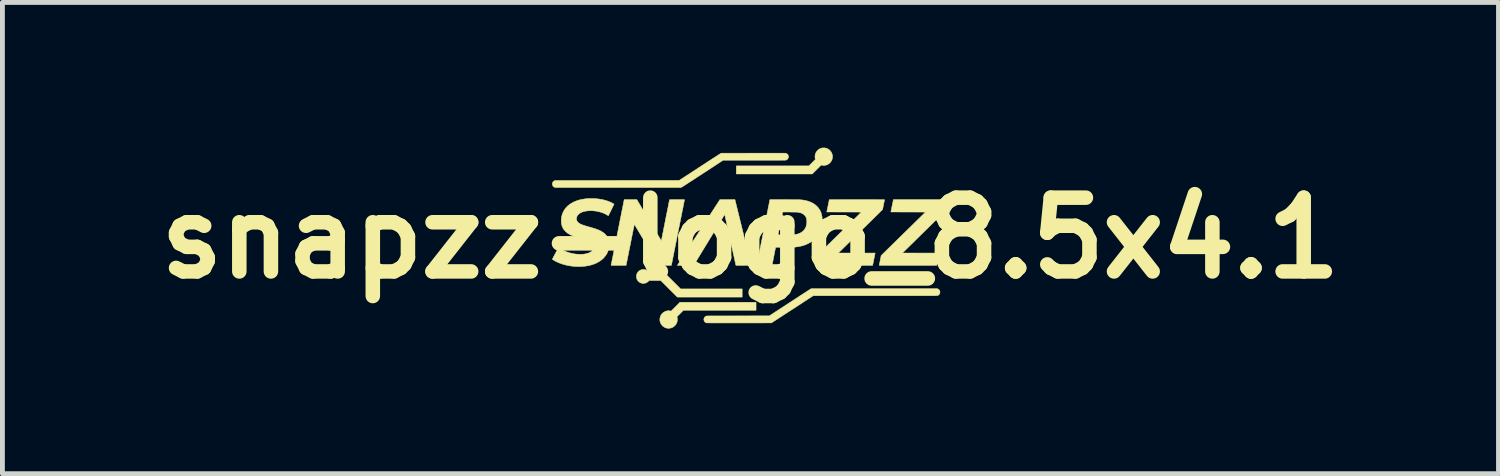
<source format=kicad_pcb>
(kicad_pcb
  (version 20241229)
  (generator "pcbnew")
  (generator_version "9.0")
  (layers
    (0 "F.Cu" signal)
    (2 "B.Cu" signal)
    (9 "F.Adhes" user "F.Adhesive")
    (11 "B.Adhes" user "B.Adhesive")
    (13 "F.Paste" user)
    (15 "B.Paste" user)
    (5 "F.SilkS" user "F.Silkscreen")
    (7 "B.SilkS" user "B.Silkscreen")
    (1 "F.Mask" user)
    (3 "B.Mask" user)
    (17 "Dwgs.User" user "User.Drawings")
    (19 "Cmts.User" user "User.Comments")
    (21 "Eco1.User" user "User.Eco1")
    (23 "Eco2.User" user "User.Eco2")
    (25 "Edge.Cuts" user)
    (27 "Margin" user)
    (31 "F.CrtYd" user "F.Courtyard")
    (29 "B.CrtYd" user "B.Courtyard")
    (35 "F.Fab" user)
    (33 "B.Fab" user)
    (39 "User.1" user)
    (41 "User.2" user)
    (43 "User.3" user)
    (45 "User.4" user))
  (footprint "snapzz-logo_8.5x4.1"
    (layer "F.Cu")
    (at 12.453 1.868)
    (property "Reference" "snapzz-logo_8.5x4.1" (at 0 0 0) (layer "F.SilkS") (effects (font (size 1.524 1.524) (thickness 0.3))))
    (attr through_hole)
    (fp_poly (pts (xy -2.198 0.65) (xy -2.177 0.653) (xy -2.159 0.659) (xy -2.146 0.665) (xy -2.133 0.673) (xy -2.121 0.682) (xy -2.11 0.692) (xy -2.101 0.702) (xy -2.099 0.703) (xy -2.095 0.71) (xy -1.784 0.71) (xy -1.613 0.88) (xy -1.442 1.051) (xy -0.171 1.051) (xy -0.171 1.219) (xy -1.51 1.219) (xy -1.682 1.048) (xy -1.853 0.876) (xy -2.095 0.876) (xy -2.102 0.886) (xy -2.115 0.9) (xy -2.13 0.911) (xy -2.147 0.921) (xy -2.166 0.929) (xy -2.185 0.934) (xy -2.205 0.936) (xy -2.212 0.937) (xy -2.233 0.935) (xy -2.253 0.931) (xy -2.272 0.924) (xy -2.29 0.914) (xy -2.305 0.902) (xy -2.32 0.889) (xy -2.332 0.873) (xy -2.342 0.856) (xy -2.349 0.837) (xy -2.354 0.817) (xy -2.355 0.801) (xy -2.355 0.779) (xy -2.352 0.758) (xy -2.345 0.738) (xy -2.336 0.719) (xy -2.324 0.703) (xy -2.31 0.688) (xy -2.294 0.675) (xy -2.277 0.664) (xy -2.258 0.657) (xy -2.239 0.651) (xy -2.218 0.649) (xy -2.198 0.65)) (stroke (width 0.01) (type solid)) (fill yes) (layer "F.SilkS"))
    (fp_poly (pts (xy 0.116 1.492) (xy -1.385 1.492) (xy -1.452 1.559) (xy -1.518 1.625) (xy -1.514 1.641) (xy -1.513 1.647) (xy -1.512 1.653) (xy -1.511 1.659) (xy -1.511 1.666) (xy -1.511 1.675) (xy -1.511 1.684) (xy -1.511 1.695) (xy -1.511 1.703) (xy -1.511 1.709) (xy -1.512 1.715) (xy -1.513 1.72) (xy -1.514 1.725) (xy -1.515 1.728) (xy -1.522 1.749) (xy -1.531 1.769) (xy -1.542 1.786) (xy -1.555 1.803) (xy -1.563 1.811) (xy -1.582 1.827) (xy -1.601 1.841) (xy -1.622 1.851) (xy -1.644 1.858) (xy -1.659 1.861) (xy -1.667 1.862) (xy -1.677 1.863) (xy -1.688 1.863) (xy -1.7 1.863) (xy -1.71 1.863) (xy -1.718 1.862) (xy -1.72 1.862) (xy -1.743 1.857) (xy -1.764 1.849) (xy -1.784 1.838) (xy -1.803 1.825) (xy -1.819 1.811) (xy -1.833 1.794) (xy -1.846 1.776) (xy -1.856 1.757) (xy -1.863 1.736) (xy -1.869 1.715) (xy -1.871 1.693) (xy -1.871 1.67) (xy -1.868 1.647) (xy -1.862 1.625) (xy -1.853 1.603) (xy -1.842 1.583) (xy -1.828 1.565) (xy -1.811 1.548) (xy -1.793 1.534) (xy -1.773 1.522) (xy -1.752 1.513) (xy -1.729 1.506) (xy -1.714 1.503) (xy -1.704 1.502) (xy -1.691 1.502) (xy -1.678 1.503) (xy -1.665 1.504) (xy -1.654 1.506) (xy -1.651 1.506) (xy -1.639 1.509) (xy -1.455 1.326) (xy 0.116 1.326) (xy 0.116 1.492)) (stroke (width 0.01) (type solid)) (fill yes) (layer "F.SilkS"))
    (fp_poly (pts (xy 1.524 -1.862) (xy 1.535 -1.862) (xy 1.544 -1.861) (xy 1.545 -1.861) (xy 1.568 -1.855) (xy 1.589 -1.847) (xy 1.609 -1.836) (xy 1.628 -1.823) (xy 1.644 -1.808) (xy 1.658 -1.791) (xy 1.671 -1.773) (xy 1.68 -1.753) (xy 1.688 -1.733) (xy 1.693 -1.711) (xy 1.695 -1.689) (xy 1.695 -1.666) (xy 1.691 -1.643) (xy 1.688 -1.63) (xy 1.68 -1.61) (xy 1.67 -1.59) (xy 1.657 -1.571) (xy 1.642 -1.554) (xy 1.625 -1.539) (xy 1.607 -1.526) (xy 1.597 -1.521) (xy 1.575 -1.511) (xy 1.553 -1.505) (xy 1.53 -1.501) (xy 1.507 -1.501) (xy 1.484 -1.503) (xy 1.471 -1.506) (xy 1.462 -1.508) (xy 1.369 -1.416) (xy 1.277 -1.324) (xy -0.292 -1.324) (xy -0.292 -1.491) (xy 1.207 -1.491) (xy 1.275 -1.558) (xy 1.342 -1.625) (xy 1.338 -1.639) (xy 1.337 -1.645) (xy 1.336 -1.65) (xy 1.335 -1.655) (xy 1.335 -1.661) (xy 1.334 -1.669) (xy 1.334 -1.679) (xy 1.334 -1.683) (xy 1.334 -1.694) (xy 1.335 -1.702) (xy 1.335 -1.708) (xy 1.336 -1.714) (xy 1.337 -1.719) (xy 1.338 -1.725) (xy 1.339 -1.728) (xy 1.346 -1.75) (xy 1.357 -1.771) (xy 1.37 -1.791) (xy 1.385 -1.809) (xy 1.402 -1.824) (xy 1.421 -1.838) (xy 1.432 -1.843) (xy 1.443 -1.849) (xy 1.457 -1.854) (xy 1.471 -1.858) (xy 1.483 -1.861) (xy 1.491 -1.862) (xy 1.501 -1.862) (xy 1.513 -1.863) (xy 1.524 -1.862)) (stroke (width 0.01) (type solid)) (fill yes) (layer "F.SilkS"))
    (fp_poly (pts (xy 4.094 -0.789) (xy 4.093 -0.787) (xy 4.092 -0.782) (xy 4.091 -0.774) (xy 4.089 -0.764) (xy 4.086 -0.752) (xy 4.084 -0.739) (xy 4.081 -0.724) (xy 4.077 -0.707) (xy 4.074 -0.69) (xy 4.073 -0.687) (xy 4.054 -0.59) (xy 3.597 -0.14) (xy 3.14 0.309) (xy 3.901 0.31) (xy 3.9 0.313) (xy 3.899 0.315) (xy 3.898 0.32) (xy 3.897 0.328) (xy 3.895 0.338) (xy 3.892 0.35) (xy 3.889 0.364) (xy 3.886 0.379) (xy 3.883 0.396) (xy 3.879 0.414) (xy 3.875 0.433) (xy 3.874 0.437) (xy 3.87 0.457) (xy 3.867 0.475) (xy 3.863 0.492) (xy 3.86 0.508) (xy 3.857 0.522) (xy 3.854 0.535) (xy 3.852 0.545) (xy 3.851 0.553) (xy 3.849 0.559) (xy 3.849 0.561) (xy 3.849 0.562) (xy 3.848 0.565) (xy 3.203 0.565) (xy 3.154 0.565) (xy 3.108 0.565) (xy 3.066 0.565) (xy 3.026 0.565) (xy 2.989 0.565) (xy 2.954 0.565) (xy 2.922 0.565) (xy 2.892 0.565) (xy 2.865 0.565) (xy 2.84 0.565) (xy 2.817 0.565) (xy 2.796 0.565) (xy 2.777 0.565) (xy 2.76 0.565) (xy 2.744 0.565) (xy 2.731 0.565) (xy 2.719 0.565) (xy 2.708 0.564) (xy 2.699 0.564) (xy 2.691 0.564) (xy 2.684 0.564) (xy 2.678 0.564) (xy 2.673 0.564) (xy 2.67 0.564) (xy 2.667 0.564) (xy 2.664 0.563) (xy 2.663 0.563) (xy 2.662 0.563) (xy 2.661 0.563) (xy 2.661 0.563) (xy 2.661 0.562) (xy 2.661 0.56) (xy 2.662 0.556) (xy 2.663 0.548) (xy 2.665 0.538) (xy 2.668 0.527) (xy 2.67 0.513) (xy 2.673 0.498) (xy 2.677 0.482) (xy 2.68 0.465) (xy 2.681 0.46) (xy 2.701 0.361) (xy 3.159 -0.088) (xy 3.617 -0.537) (xy 3.259 -0.538) (xy 2.901 -0.539) (xy 2.925 -0.658) (xy 2.929 -0.677) (xy 2.933 -0.696) (xy 2.936 -0.713) (xy 2.94 -0.729) (xy 2.943 -0.744) (xy 2.945 -0.757) (xy 2.948 -0.768) (xy 2.949 -0.776) (xy 2.951 -0.782) (xy 2.951 -0.785) (xy 2.951 -0.785) (xy 2.953 -0.794) (xy 4.095 -0.794) (xy 4.094 -0.789)) (stroke (width 0.01) (type solid)) (fill yes) (layer "F.SilkS"))
    (fp_poly (pts (xy -0.153 -0.116) (xy -0.142 -0.071) (xy -0.131 -0.026) (xy -0.12 0.018) (xy -0.11 0.061) (xy -0.099 0.103) (xy -0.089 0.143) (xy -0.08 0.183) (xy -0.07 0.221) (xy -0.061 0.257) (xy -0.053 0.293) (xy -0.045 0.326) (xy -0.037 0.357) (xy -0.03 0.387) (xy -0.023 0.415) (xy -0.016 0.441) (xy -0.011 0.464) (xy -0.005 0.485) (xy -0.001 0.504) (xy 0.003 0.521) (xy 0.007 0.535) (xy 0.01 0.546) (xy 0.012 0.555) (xy 0.013 0.56) (xy 0.014 0.563) (xy 0.014 0.563) (xy 0.013 0.564) (xy 0.012 0.564) (xy 0.009 0.564) (xy 0.004 0.564) (xy -0.002 0.564) (xy -0.01 0.565) (xy -0.021 0.565) (xy -0.033 0.565) (xy -0.048 0.565) (xy -0.065 0.565) (xy -0.085 0.565) (xy -0.108 0.565) (xy -0.133 0.565) (xy -0.143 0.565) (xy -0.3 0.564) (xy -0.416 0.038) (xy -0.425 -0.002) (xy -0.433 -0.041) (xy -0.442 -0.08) (xy -0.45 -0.117) (xy -0.458 -0.153) (xy -0.466 -0.188) (xy -0.473 -0.222) (xy -0.48 -0.254) (xy -0.487 -0.285) (xy -0.493 -0.314) (xy -0.499 -0.341) (xy -0.505 -0.366) (xy -0.51 -0.389) (xy -0.514 -0.41) (xy -0.519 -0.429) (xy -0.522 -0.445) (xy -0.525 -0.459) (xy -0.528 -0.47) (xy -0.53 -0.479) (xy -0.531 -0.484) (xy -0.532 -0.487) (xy -0.532 -0.487) (xy -0.533 -0.486) (xy -0.535 -0.482) (xy -0.539 -0.476) (xy -0.545 -0.467) (xy -0.552 -0.455) (xy -0.56 -0.442) (xy -0.569 -0.426) (xy -0.58 -0.408) (xy -0.592 -0.389) (xy -0.606 -0.367) (xy -0.62 -0.344) (xy -0.635 -0.319) (xy -0.651 -0.292) (xy -0.669 -0.264) (xy -0.687 -0.234) (xy -0.706 -0.203) (xy -0.725 -0.171) (xy -0.746 -0.138) (xy -0.767 -0.103) (xy -0.788 -0.068) (xy -0.81 -0.032) (xy -0.833 0.005) (xy -0.853 0.039) (xy -1.174 0.565) (xy -1.51 0.565) (xy -1.507 0.561) (xy -1.506 0.559) (xy -1.503 0.555) (xy -1.499 0.548) (xy -1.493 0.539) (xy -1.486 0.527) (xy -1.477 0.514) (xy -1.466 0.498) (xy -1.455 0.48) (xy -1.442 0.46) (xy -1.428 0.438) (xy -1.412 0.414) (xy -1.396 0.388) (xy -1.378 0.361) (xy -1.359 0.332) (xy -1.339 0.301) (xy -1.319 0.269) (xy -1.297 0.236) (xy -1.275 0.201) (xy -1.251 0.165) (xy -1.227 0.128) (xy -1.203 0.09) (xy -1.178 0.051) (xy -1.152 0.011) (xy -1.125 -0.03) (xy -1.098 -0.071) (xy -1.071 -0.114) (xy -1.068 -0.119) (xy -0.631 -0.794) (xy -0.32 -0.794) (xy -0.153 -0.116)) (stroke (width 0.01) (type solid)) (fill yes) (layer "F.SilkS"))
    (fp_poly (pts (xy 2.252 -0.794) (xy 2.301 -0.794) (xy 2.347 -0.794) (xy 2.39 -0.794) (xy 2.431 -0.794) (xy 2.469 -0.794) (xy 2.504 -0.794) (xy 2.536 -0.794) (xy 2.566 -0.794) (xy 2.593 -0.794) (xy 2.618 -0.793) (xy 2.641 -0.793) (xy 2.662 -0.793) (xy 2.681 -0.793) (xy 2.697 -0.793) (xy 2.712 -0.793) (xy 2.725 -0.793) (xy 2.736 -0.793) (xy 2.745 -0.793) (xy 2.753 -0.793) (xy 2.759 -0.792) (xy 2.764 -0.792) (xy 2.767 -0.792) (xy 2.769 -0.792) (xy 2.77 -0.792) (xy 2.77 -0.792) (xy 2.77 -0.79) (xy 2.769 -0.785) (xy 2.767 -0.778) (xy 2.766 -0.768) (xy 2.763 -0.757) (xy 2.761 -0.743) (xy 2.758 -0.728) (xy 2.754 -0.712) (xy 2.751 -0.695) (xy 2.75 -0.69) (xy 2.73 -0.59) (xy 2.273 -0.14) (xy 1.816 0.309) (xy 2.577 0.31) (xy 2.576 0.313) (xy 2.575 0.315) (xy 2.574 0.32) (xy 2.573 0.328) (xy 2.571 0.338) (xy 2.568 0.35) (xy 2.565 0.364) (xy 2.562 0.379) (xy 2.559 0.396) (xy 2.555 0.414) (xy 2.551 0.433) (xy 2.55 0.437) (xy 2.546 0.457) (xy 2.543 0.475) (xy 2.539 0.492) (xy 2.536 0.508) (xy 2.533 0.522) (xy 2.53 0.535) (xy 2.528 0.545) (xy 2.527 0.553) (xy 2.526 0.559) (xy 2.525 0.561) (xy 2.525 0.562) (xy 2.524 0.565) (xy 1.879 0.565) (xy 1.83 0.565) (xy 1.784 0.565) (xy 1.742 0.565) (xy 1.702 0.565) (xy 1.665 0.565) (xy 1.63 0.565) (xy 1.598 0.565) (xy 1.568 0.565) (xy 1.541 0.565) (xy 1.516 0.565) (xy 1.493 0.565) (xy 1.472 0.565) (xy 1.453 0.565) (xy 1.436 0.565) (xy 1.42 0.565) (xy 1.407 0.565) (xy 1.395 0.565) (xy 1.384 0.564) (xy 1.375 0.564) (xy 1.367 0.564) (xy 1.36 0.564) (xy 1.354 0.564) (xy 1.349 0.564) (xy 1.346 0.564) (xy 1.343 0.564) (xy 1.34 0.563) (xy 1.339 0.563) (xy 1.338 0.563) (xy 1.337 0.563) (xy 1.337 0.563) (xy 1.337 0.562) (xy 1.337 0.56) (xy 1.338 0.556) (xy 1.339 0.548) (xy 1.341 0.538) (xy 1.344 0.527) (xy 1.346 0.513) (xy 1.349 0.498) (xy 1.353 0.482) (xy 1.356 0.465) (xy 1.357 0.46) (xy 1.377 0.361) (xy 2.293 -0.537) (xy 1.935 -0.538) (xy 1.577 -0.539) (xy 1.603 -0.665) (xy 1.607 -0.685) (xy 1.611 -0.703) (xy 1.614 -0.721) (xy 1.617 -0.737) (xy 1.62 -0.752) (xy 1.623 -0.764) (xy 1.625 -0.775) (xy 1.627 -0.783) (xy 1.628 -0.789) (xy 1.629 -0.792) (xy 1.629 -0.793) (xy 1.63 -0.793) (xy 1.635 -0.793) (xy 1.643 -0.793) (xy 1.653 -0.793) (xy 1.666 -0.793) (xy 1.682 -0.793) (xy 1.7 -0.793) (xy 1.721 -0.793) (xy 1.744 -0.793) (xy 1.769 -0.793) (xy 1.796 -0.793) (xy 1.825 -0.793) (xy 1.856 -0.794) (xy 1.889 -0.794) (xy 1.923 -0.794) (xy 1.959 -0.794) (xy 1.996 -0.794) (xy 2.034 -0.794) (xy 2.074 -0.794) (xy 2.114 -0.794) (xy 2.156 -0.794) (xy 2.198 -0.794) (xy 2.199 -0.794) (xy 2.252 -0.794)) (stroke (width 0.01) (type solid)) (fill yes) (layer "F.SilkS"))
    (fp_poly (pts (xy 0.367 -1.754) (xy 0.409 -1.754) (xy 0.448 -1.754) (xy 0.484 -1.754) (xy 0.517 -1.754) (xy 0.547 -1.754) (xy 0.575 -1.754) (xy 0.6 -1.754) (xy 0.623 -1.754) (xy 0.644 -1.754) (xy 0.662 -1.753) (xy 0.677 -1.753) (xy 0.69 -1.753) (xy 0.701 -1.753) (xy 0.71 -1.753) (xy 0.717 -1.753) (xy 0.721 -1.753) (xy 0.724 -1.753) (xy 0.724 -1.753) (xy 0.737 -1.749) (xy 0.75 -1.743) (xy 0.761 -1.735) (xy 0.771 -1.725) (xy 0.776 -1.718) (xy 0.781 -1.706) (xy 0.785 -1.692) (xy 0.786 -1.678) (xy 0.784 -1.664) (xy 0.784 -1.664) (xy 0.779 -1.65) (xy 0.772 -1.638) (xy 0.762 -1.627) (xy 0.751 -1.618) (xy 0.738 -1.612) (xy 0.735 -1.611) (xy 0.734 -1.611) (xy 0.733 -1.611) (xy 0.732 -1.61) (xy 0.73 -1.61) (xy 0.728 -1.61) (xy 0.726 -1.61) (xy 0.723 -1.61) (xy 0.719 -1.61) (xy 0.715 -1.609) (xy 0.709 -1.609) (xy 0.703 -1.609) (xy 0.696 -1.609) (xy 0.687 -1.609) (xy 0.677 -1.609) (xy 0.666 -1.609) (xy 0.654 -1.609) (xy 0.64 -1.609) (xy 0.624 -1.608) (xy 0.607 -1.608) (xy 0.588 -1.608) (xy 0.567 -1.608) (xy 0.544 -1.608) (xy 0.519 -1.608) (xy 0.491 -1.608) (xy 0.462 -1.608) (xy 0.43 -1.608) (xy 0.396 -1.608) (xy 0.359 -1.608) (xy 0.32 -1.608) (xy 0.278 -1.608) (xy 0.233 -1.608) (xy 0.185 -1.608) (xy 0.134 -1.608) (xy 0.081 -1.608) (xy -0.564 -1.608) (xy -0.99 -1.33) (xy -1.036 -1.3) (xy -1.078 -1.273) (xy -1.119 -1.246) (xy -1.156 -1.222) (xy -1.191 -1.199) (xy -1.224 -1.178) (xy -1.254 -1.158) (xy -1.281 -1.141) (xy -1.306 -1.124) (xy -1.329 -1.11) (xy -1.349 -1.097) (xy -1.367 -1.085) (xy -1.383 -1.075) (xy -1.396 -1.067) (xy -1.407 -1.06) (xy -1.415 -1.055) (xy -1.421 -1.051) (xy -1.425 -1.049) (xy -1.427 -1.048) (xy -1.437 -1.044) (xy -2.73 -1.044) (xy -2.794 -1.044) (xy -2.857 -1.044) (xy -2.919 -1.044) (xy -2.981 -1.044) (xy -3.041 -1.044) (xy -3.101 -1.044) (xy -3.159 -1.044) (xy -3.216 -1.044) (xy -3.272 -1.044) (xy -3.326 -1.044) (xy -3.379 -1.044) (xy -3.431 -1.044) (xy -3.481 -1.044) (xy -3.529 -1.044) (xy -3.576 -1.044) (xy -3.62 -1.044) (xy -3.663 -1.044) (xy -3.704 -1.044) (xy -3.743 -1.044) (xy -3.779 -1.044) (xy -3.814 -1.044) (xy -3.846 -1.044) (xy -3.876 -1.044) (xy -3.904 -1.044) (xy -3.929 -1.044) (xy -3.951 -1.044) (xy -3.971 -1.044) (xy -3.988 -1.044) (xy -4.002 -1.044) (xy -4.013 -1.044) (xy -4.022 -1.044) (xy -4.027 -1.045) (xy -4.03 -1.045) (xy -4.03 -1.045) (xy -4.044 -1.048) (xy -4.057 -1.054) (xy -4.068 -1.062) (xy -4.077 -1.072) (xy -4.084 -1.083) (xy -4.089 -1.096) (xy -4.092 -1.109) (xy -4.093 -1.122) (xy -4.09 -1.135) (xy -4.086 -1.148) (xy -4.078 -1.16) (xy -4.074 -1.165) (xy -4.066 -1.173) (xy -4.056 -1.18) (xy -4.045 -1.185) (xy -4.044 -1.186) (xy -4.033 -1.19) (xy -1.471 -1.191) (xy -1.046 -1.468) (xy -1 -1.498) (xy -0.956 -1.527) (xy -0.915 -1.553) (xy -0.877 -1.579) (xy -0.841 -1.602) (xy -0.807 -1.624) (xy -0.777 -1.644) (xy -0.748 -1.662) (xy -0.723 -1.678) (xy -0.7 -1.693) (xy -0.68 -1.706) (xy -0.662 -1.718) (xy -0.647 -1.727) (xy -0.634 -1.735) (xy -0.625 -1.741) (xy -0.617 -1.746) (xy -0.613 -1.748) (xy -0.611 -1.749) (xy -0.601 -1.753) (xy 0.056 -1.754) (xy 0.116 -1.754) (xy 0.172 -1.754) (xy 0.225 -1.754) (xy 0.276 -1.754) (xy 0.323 -1.754) (xy 0.367 -1.754)) (stroke (width 0.01) (type solid)) (fill yes) (layer "F.SilkS"))
    (fp_poly (pts (xy 3.294 1.045) (xy 3.338 1.045) (xy 3.38 1.045) (xy 3.42 1.045) (xy 3.457 1.045) (xy 3.493 1.045) (xy 3.526 1.045) (xy 3.557 1.045) (xy 3.586 1.045) (xy 3.614 1.045) (xy 3.639 1.045) (xy 3.663 1.045) (xy 3.685 1.045) (xy 3.705 1.045) (xy 3.724 1.045) (xy 3.741 1.045) (xy 3.757 1.045) (xy 3.771 1.045) (xy 3.784 1.045) (xy 3.796 1.046) (xy 3.806 1.046) (xy 3.815 1.046) (xy 3.824 1.046) (xy 3.831 1.046) (xy 3.837 1.046) (xy 3.842 1.046) (xy 3.847 1.046) (xy 3.851 1.046) (xy 3.854 1.046) (xy 3.856 1.047) (xy 3.858 1.047) (xy 3.859 1.047) (xy 3.86 1.047) (xy 3.86 1.047) (xy 3.871 1.05) (xy 3.88 1.055) (xy 3.889 1.061) (xy 3.893 1.065) (xy 3.903 1.076) (xy 3.91 1.089) (xy 3.914 1.101) (xy 3.916 1.115) (xy 3.915 1.128) (xy 3.912 1.141) (xy 3.907 1.153) (xy 3.899 1.164) (xy 3.89 1.174) (xy 3.878 1.182) (xy 3.864 1.187) (xy 3.864 1.188) (xy 3.863 1.188) (xy 3.862 1.188) (xy 3.861 1.188) (xy 3.86 1.188) (xy 3.859 1.188) (xy 3.857 1.189) (xy 3.854 1.189) (xy 3.852 1.189) (xy 3.848 1.189) (xy 3.844 1.189) (xy 3.84 1.189) (xy 3.834 1.189) (xy 3.828 1.189) (xy 3.821 1.19) (xy 3.812 1.19) (xy 3.803 1.19) (xy 3.793 1.19) (xy 3.782 1.19) (xy 3.769 1.19) (xy 3.755 1.19) (xy 3.74 1.19) (xy 3.723 1.19) (xy 3.705 1.19) (xy 3.685 1.19) (xy 3.664 1.19) (xy 3.641 1.19) (xy 3.616 1.19) (xy 3.59 1.19) (xy 3.561 1.19) (xy 3.531 1.19) (xy 3.499 1.19) (xy 3.464 1.191) (xy 3.428 1.191) (xy 3.389 1.191) (xy 3.348 1.191) (xy 3.305 1.191) (xy 3.259 1.191) (xy 3.211 1.191) (xy 3.16 1.191) (xy 3.107 1.191) (xy 3.051 1.191) (xy 2.992 1.191) (xy 2.931 1.191) (xy 2.867 1.191) (xy 2.8 1.191) (xy 2.73 1.191) (xy 1.297 1.191) (xy 0.872 1.468) (xy 0.838 1.49) (xy 0.805 1.511) (xy 0.773 1.532) (xy 0.742 1.553) (xy 0.711 1.572) (xy 0.682 1.591) (xy 0.654 1.61) (xy 0.627 1.627) (xy 0.601 1.644) (xy 0.577 1.66) (xy 0.555 1.674) (xy 0.534 1.688) (xy 0.515 1.7) (xy 0.497 1.711) (xy 0.482 1.721) (xy 0.469 1.73) (xy 0.458 1.737) (xy 0.449 1.742) (xy 0.443 1.746) (xy 0.439 1.749) (xy 0.437 1.749) (xy 0.428 1.753) (xy -0.237 1.754) (xy -0.292 1.754) (xy -0.344 1.754) (xy -0.392 1.754) (xy -0.438 1.754) (xy -0.481 1.754) (xy -0.521 1.754) (xy -0.559 1.754) (xy -0.594 1.754) (xy -0.627 1.754) (xy -0.657 1.754) (xy -0.685 1.754) (xy -0.711 1.754) (xy -0.735 1.754) (xy -0.756 1.754) (xy -0.776 1.754) (xy -0.794 1.754) (xy -0.81 1.754) (xy -0.825 1.754) (xy -0.838 1.753) (xy -0.85 1.753) (xy -0.86 1.753) (xy -0.869 1.753) (xy -0.877 1.753) (xy -0.884 1.753) (xy -0.89 1.753) (xy -0.894 1.753) (xy -0.899 1.753) (xy -0.902 1.752) (xy -0.904 1.752) (xy -0.907 1.752) (xy -0.908 1.752) (xy -0.91 1.752) (xy -0.911 1.751) (xy -0.911 1.751) (xy -0.912 1.751) (xy -0.925 1.745) (xy -0.937 1.737) (xy -0.947 1.727) (xy -0.954 1.715) (xy -0.959 1.702) (xy -0.962 1.688) (xy -0.962 1.673) (xy -0.959 1.66) (xy -0.953 1.646) (xy -0.945 1.634) (xy -0.934 1.624) (xy -0.921 1.616) (xy -0.914 1.613) (xy -0.904 1.609) (xy -0.256 1.608) (xy 0.391 1.607) (xy 0.815 1.33) (xy 0.861 1.301) (xy 0.904 1.273) (xy 0.945 1.246) (xy 0.983 1.221) (xy 1.018 1.198) (xy 1.051 1.176) (xy 1.082 1.157) (xy 1.11 1.138) (xy 1.136 1.122) (xy 1.159 1.107) (xy 1.179 1.094) (xy 1.197 1.082) (xy 1.212 1.072) (xy 1.225 1.064) (xy 1.235 1.058) (xy 1.242 1.053) (xy 1.247 1.051) (xy 1.249 1.049) (xy 1.26 1.045) (xy 2.555 1.045) (xy 2.633 1.045) (xy 2.707 1.045) (xy 2.778 1.045) (xy 2.847 1.045) (xy 2.912 1.045) (xy 2.975 1.045) (xy 3.035 1.045) (xy 3.092 1.045) (xy 3.146 1.045) (xy 3.198 1.045) (xy 3.247 1.045) (xy 3.294 1.045)) (stroke (width 0.01) (type solid)) (fill yes) (layer "F.SilkS"))
    (fp_poly (pts (xy -1.491 -0.794) (xy -1.468 -0.794) (xy -1.449 -0.794) (xy -1.431 -0.794) (xy -1.417 -0.794) (xy -1.404 -0.794) (xy -1.394 -0.793) (xy -1.385 -0.793) (xy -1.378 -0.793) (xy -1.373 -0.793) (xy -1.369 -0.793) (xy -1.366 -0.793) (xy -1.364 -0.792) (xy -1.363 -0.792) (xy -1.362 -0.791) (xy -1.362 -0.791) (xy -1.362 -0.791) (xy -1.362 -0.789) (xy -1.363 -0.785) (xy -1.365 -0.777) (xy -1.367 -0.766) (xy -1.37 -0.753) (xy -1.373 -0.737) (xy -1.376 -0.719) (xy -1.38 -0.698) (xy -1.385 -0.675) (xy -1.39 -0.65) (xy -1.395 -0.623) (xy -1.401 -0.594) (xy -1.408 -0.562) (xy -1.414 -0.529) (xy -1.421 -0.494) (xy -1.428 -0.458) (xy -1.436 -0.42) (xy -1.444 -0.381) (xy -1.452 -0.34) (xy -1.46 -0.299) (xy -1.469 -0.256) (xy -1.478 -0.212) (xy -1.487 -0.167) (xy -1.496 -0.121) (xy -1.498 -0.112) (xy -1.633 0.564) (xy -1.762 0.565) (xy -1.892 0.565) (xy -2.145 0.14) (xy -2.165 0.107) (xy -2.184 0.073) (xy -2.204 0.041) (xy -2.222 0.01) (xy -2.241 -0.021) (xy -2.258 -0.05) (xy -2.275 -0.078) (xy -2.291 -0.105) (xy -2.306 -0.13) (xy -2.32 -0.154) (xy -2.333 -0.176) (xy -2.345 -0.196) (xy -2.356 -0.214) (xy -2.366 -0.231) (xy -2.375 -0.245) (xy -2.382 -0.258) (xy -2.388 -0.268) (xy -2.393 -0.276) (xy -2.396 -0.281) (xy -2.398 -0.283) (xy -2.398 -0.284) (xy -2.398 -0.282) (xy -2.399 -0.278) (xy -2.401 -0.27) (xy -2.403 -0.26) (xy -2.405 -0.248) (xy -2.408 -0.233) (xy -2.412 -0.216) (xy -2.416 -0.197) (xy -2.42 -0.176) (xy -2.425 -0.153) (xy -2.429 -0.129) (xy -2.435 -0.103) (xy -2.44 -0.077) (xy -2.446 -0.049) (xy -2.452 -0.02) (xy -2.458 0.01) (xy -2.464 0.041) (xy -2.47 0.071) (xy -2.476 0.103) (xy -2.482 0.134) (xy -2.489 0.166) (xy -2.495 0.197) (xy -2.501 0.228) (xy -2.508 0.259) (xy -2.514 0.289) (xy -2.519 0.318) (xy -2.525 0.346) (xy -2.531 0.374) (xy -2.536 0.4) (xy -2.541 0.425) (xy -2.545 0.448) (xy -2.55 0.469) (xy -2.554 0.489) (xy -2.557 0.507) (xy -2.56 0.523) (xy -2.563 0.536) (xy -2.565 0.547) (xy -2.567 0.555) (xy -2.568 0.561) (xy -2.569 0.564) (xy -2.569 0.564) (xy -2.57 0.564) (xy -2.575 0.564) (xy -2.582 0.564) (xy -2.592 0.565) (xy -2.604 0.565) (xy -2.618 0.565) (xy -2.634 0.565) (xy -2.652 0.565) (xy -2.671 0.565) (xy -2.692 0.565) (xy -2.713 0.565) (xy -2.724 0.565) (xy -2.75 0.565) (xy -2.773 0.565) (xy -2.793 0.565) (xy -2.81 0.565) (xy -2.825 0.565) (xy -2.837 0.565) (xy -2.848 0.565) (xy -2.856 0.565) (xy -2.863 0.565) (xy -2.869 0.564) (xy -2.873 0.564) (xy -2.876 0.564) (xy -2.878 0.564) (xy -2.879 0.563) (xy -2.879 0.563) (xy -2.879 0.562) (xy -2.879 0.562) (xy -2.879 0.561) (xy -2.878 0.556) (xy -2.876 0.548) (xy -2.874 0.538) (xy -2.871 0.525) (xy -2.868 0.509) (xy -2.865 0.491) (xy -2.86 0.47) (xy -2.856 0.447) (xy -2.851 0.422) (xy -2.845 0.394) (xy -2.839 0.365) (xy -2.833 0.334) (xy -2.827 0.301) (xy -2.82 0.266) (xy -2.812 0.229) (xy -2.805 0.192) (xy -2.797 0.152) (xy -2.789 0.112) (xy -2.78 0.07) (xy -2.772 0.027) (xy -2.763 -0.017) (xy -2.754 -0.062) (xy -2.745 -0.107) (xy -2.743 -0.117) (xy -2.608 -0.794) (xy -2.347 -0.794) (xy -2.095 -0.369) (xy -2.075 -0.335) (xy -2.055 -0.302) (xy -2.036 -0.27) (xy -2.017 -0.238) (xy -1.999 -0.208) (xy -1.981 -0.178) (xy -1.965 -0.15) (xy -1.949 -0.123) (xy -1.934 -0.098) (xy -1.92 -0.074) (xy -1.906 -0.052) (xy -1.894 -0.032) (xy -1.883 -0.013) (xy -1.873 0.003) (xy -1.865 0.018) (xy -1.857 0.03) (xy -1.851 0.04) (xy -1.846 0.048) (xy -1.843 0.053) (xy -1.842 0.056) (xy -1.841 0.056) (xy -1.841 0.055) (xy -1.84 0.051) (xy -1.838 0.045) (xy -1.837 0.038) (xy -1.835 0.032) (xy -1.823 -0.032) (xy -1.811 -0.092) (xy -1.799 -0.15) (xy -1.789 -0.205) (xy -1.778 -0.257) (xy -1.769 -0.306) (xy -1.759 -0.352) (xy -1.751 -0.396) (xy -1.743 -0.437) (xy -1.735 -0.475) (xy -1.728 -0.511) (xy -1.721 -0.544) (xy -1.715 -0.575) (xy -1.709 -0.604) (xy -1.704 -0.63) (xy -1.699 -0.654) (xy -1.695 -0.676) (xy -1.691 -0.696) (xy -1.688 -0.714) (xy -1.685 -0.73) (xy -1.682 -0.743) (xy -1.679 -0.755) (xy -1.677 -0.765) (xy -1.676 -0.774) (xy -1.674 -0.78) (xy -1.673 -0.785) (xy -1.673 -0.789) (xy -1.672 -0.791) (xy -1.672 -0.791) (xy -1.672 -0.791) (xy -1.671 -0.792) (xy -1.67 -0.792) (xy -1.668 -0.793) (xy -1.665 -0.793) (xy -1.661 -0.793) (xy -1.656 -0.793) (xy -1.649 -0.793) (xy -1.641 -0.793) (xy -1.631 -0.794) (xy -1.618 -0.794) (xy -1.604 -0.794) (xy -1.587 -0.794) (xy -1.567 -0.794) (xy -1.545 -0.794) (xy -1.519 -0.794) (xy -1.517 -0.794) (xy -1.491 -0.794)) (stroke (width 0.01) (type solid)) (fill yes) (layer "F.SilkS"))
    (fp_poly (pts (xy 0.552 -0.794) (xy 0.577 -0.794) (xy 0.602 -0.794) (xy 0.628 -0.794) (xy 0.654 -0.794) (xy 0.681 -0.794) (xy 0.708 -0.794) (xy 0.735 -0.794) (xy 0.762 -0.794) (xy 0.788 -0.794) (xy 0.814 -0.793) (xy 0.839 -0.793) (xy 0.863 -0.793) (xy 0.887 -0.793) (xy 0.908 -0.793) (xy 0.929 -0.793) (xy 0.947 -0.793) (xy 0.964 -0.793) (xy 0.979 -0.793) (xy 0.992 -0.793) (xy 1.002 -0.792) (xy 1.009 -0.792) (xy 1.014 -0.792) (xy 1.015 -0.792) (xy 1.062 -0.788) (xy 1.106 -0.782) (xy 1.147 -0.773) (xy 1.187 -0.763) (xy 1.224 -0.75) (xy 1.258 -0.736) (xy 1.291 -0.719) (xy 1.321 -0.7) (xy 1.349 -0.679) (xy 1.374 -0.655) (xy 1.398 -0.63) (xy 1.398 -0.629) (xy 1.417 -0.604) (xy 1.434 -0.577) (xy 1.449 -0.548) (xy 1.461 -0.517) (xy 1.47 -0.484) (xy 1.478 -0.449) (xy 1.479 -0.441) (xy 1.48 -0.433) (xy 1.481 -0.422) (xy 1.481 -0.41) (xy 1.482 -0.396) (xy 1.482 -0.381) (xy 1.483 -0.366) (xy 1.483 -0.351) (xy 1.482 -0.337) (xy 1.482 -0.325) (xy 1.481 -0.316) (xy 1.476 -0.273) (xy 1.468 -0.232) (xy 1.458 -0.193) (xy 1.444 -0.155) (xy 1.428 -0.119) (xy 1.41 -0.084) (xy 1.389 -0.051) (xy 1.365 -0.02) (xy 1.338 0.009) (xy 1.309 0.036) (xy 1.278 0.062) (xy 1.276 0.063) (xy 1.253 0.079) (xy 1.226 0.095) (xy 1.198 0.11) (xy 1.169 0.124) (xy 1.14 0.137) (xy 1.11 0.148) (xy 1.101 0.151) (xy 1.076 0.158) (xy 1.049 0.165) (xy 1.021 0.171) (xy 0.992 0.177) (xy 0.968 0.181) (xy 0.959 0.182) (xy 0.951 0.183) (xy 0.943 0.184) (xy 0.935 0.185) (xy 0.928 0.186) (xy 0.92 0.187) (xy 0.912 0.187) (xy 0.903 0.188) (xy 0.893 0.188) (xy 0.882 0.189) (xy 0.87 0.189) (xy 0.857 0.189) (xy 0.841 0.189) (xy 0.824 0.19) (xy 0.805 0.19) (xy 0.783 0.19) (xy 0.758 0.19) (xy 0.731 0.19) (xy 0.705 0.19) (xy 0.52 0.191) (xy 0.483 0.378) (xy 0.447 0.564) (xy 0.288 0.565) (xy 0.266 0.565) (xy 0.245 0.565) (xy 0.225 0.565) (xy 0.206 0.565) (xy 0.189 0.565) (xy 0.174 0.565) (xy 0.16 0.565) (xy 0.149 0.565) (xy 0.14 0.565) (xy 0.134 0.565) (xy 0.131 0.565) (xy 0.13 0.565) (xy 0.13 0.563) (xy 0.131 0.559) (xy 0.133 0.551) (xy 0.135 0.541) (xy 0.138 0.528) (xy 0.141 0.512) (xy 0.144 0.494) (xy 0.148 0.473) (xy 0.153 0.451) (xy 0.158 0.425) (xy 0.163 0.398) (xy 0.169 0.369) (xy 0.175 0.338) (xy 0.182 0.305) (xy 0.189 0.27) (xy 0.196 0.234) (xy 0.204 0.196) (xy 0.212 0.157) (xy 0.22 0.116) (xy 0.228 0.075) (xy 0.237 0.032) (xy 0.245 -0.012) (xy 0.254 -0.057) (xy 0.257 -0.067) (xy 0.572 -0.067) (xy 0.572 -0.067) (xy 0.573 -0.067) (xy 0.575 -0.066) (xy 0.578 -0.066) (xy 0.582 -0.066) (xy 0.588 -0.066) (xy 0.595 -0.065) (xy 0.604 -0.065) (xy 0.615 -0.065) (xy 0.629 -0.065) (xy 0.645 -0.065) (xy 0.663 -0.065) (xy 0.685 -0.065) (xy 0.704 -0.065) (xy 0.726 -0.065) (xy 0.746 -0.065) (xy 0.767 -0.065) (xy 0.786 -0.065) (xy 0.804 -0.066) (xy 0.821 -0.066) (xy 0.835 -0.066) (xy 0.848 -0.066) (xy 0.858 -0.066) (xy 0.866 -0.067) (xy 0.867 -0.067) (xy 0.904 -0.07) (xy 0.938 -0.075) (xy 0.97 -0.082) (xy 0.999 -0.092) (xy 1.027 -0.103) (xy 1.052 -0.117) (xy 1.074 -0.133) (xy 1.094 -0.151) (xy 1.105 -0.162) (xy 1.12 -0.183) (xy 1.134 -0.204) (xy 1.145 -0.228) (xy 1.153 -0.253) (xy 1.159 -0.28) (xy 1.163 -0.31) (xy 1.164 -0.318) (xy 1.165 -0.346) (xy 1.163 -0.372) (xy 1.159 -0.396) (xy 1.153 -0.418) (xy 1.144 -0.438) (xy 1.133 -0.456) (xy 1.119 -0.472) (xy 1.102 -0.487) (xy 1.083 -0.5) (xy 1.072 -0.506) (xy 1.05 -0.516) (xy 1.026 -0.524) (xy 0.999 -0.53) (xy 0.97 -0.535) (xy 0.969 -0.535) (xy 0.966 -0.535) (xy 0.959 -0.536) (xy 0.95 -0.536) (xy 0.939 -0.536) (xy 0.926 -0.536) (xy 0.912 -0.537) (xy 0.895 -0.537) (xy 0.878 -0.537) (xy 0.86 -0.537) (xy 0.842 -0.537) (xy 0.823 -0.538) (xy 0.804 -0.538) (xy 0.785 -0.538) (xy 0.766 -0.538) (xy 0.749 -0.538) (xy 0.732 -0.538) (xy 0.717 -0.538) (xy 0.703 -0.538) (xy 0.691 -0.538) (xy 0.681 -0.538) (xy 0.674 -0.538) (xy 0.669 -0.537) (xy 0.667 -0.537) (xy 0.667 -0.537) (xy 0.666 -0.535) (xy 0.665 -0.531) (xy 0.664 -0.524) (xy 0.662 -0.514) (xy 0.659 -0.502) (xy 0.656 -0.488) (xy 0.653 -0.472) (xy 0.649 -0.454) (xy 0.645 -0.435) (xy 0.641 -0.415) (xy 0.637 -0.393) (xy 0.632 -0.371) (xy 0.628 -0.348) (xy 0.623 -0.325) (xy 0.618 -0.302) (xy 0.614 -0.278) (xy 0.609 -0.255) (xy 0.604 -0.232) (xy 0.6 -0.21) (xy 0.595 -0.189) (xy 0.591 -0.169) (xy 0.588 -0.15) (xy 0.584 -0.132) (xy 0.581 -0.116) (xy 0.578 -0.102) (xy 0.576 -0.09) (xy 0.574 -0.081) (xy 0.573 -0.073) (xy 0.572 -0.069) (xy 0.572 -0.067) (xy 0.257 -0.067) (xy 0.264 -0.102) (xy 0.266 -0.114) (xy 0.275 -0.16) (xy 0.284 -0.205) (xy 0.293 -0.249) (xy 0.302 -0.292) (xy 0.31 -0.334) (xy 0.318 -0.375) (xy 0.326 -0.415) (xy 0.334 -0.453) (xy 0.341 -0.49) (xy 0.348 -0.525) (xy 0.355 -0.558) (xy 0.361 -0.59) (xy 0.367 -0.619) (xy 0.372 -0.647) (xy 0.378 -0.673) (xy 0.382 -0.696) (xy 0.387 -0.718) (xy 0.39 -0.736) (xy 0.394 -0.753) (xy 0.396 -0.766) (xy 0.398 -0.777) (xy 0.4 -0.786) (xy 0.401 -0.791) (xy 0.402 -0.793) (xy 0.402 -0.793) (xy 0.403 -0.793) (xy 0.408 -0.794) (xy 0.415 -0.794) (xy 0.425 -0.794) (xy 0.437 -0.794) (xy 0.452 -0.794) (xy 0.469 -0.794) (xy 0.487 -0.794) (xy 0.508 -0.794) (xy 0.529 -0.794) (xy 0.552 -0.794)) (stroke (width 0.01) (type solid)) (fill yes) (layer "F.SilkS"))
    (fp_poly (pts (xy -3.261 -0.816) (xy -3.244 -0.816) (xy -3.229 -0.816) (xy -3.216 -0.815) (xy -3.205 -0.815) (xy -3.204 -0.815) (xy -3.151 -0.809) (xy -3.1 -0.802) (xy -3.051 -0.793) (xy -3.005 -0.781) (xy -2.961 -0.768) (xy -2.919 -0.753) (xy -2.906 -0.747) (xy -2.896 -0.743) (xy -2.885 -0.738) (xy -2.874 -0.733) (xy -2.863 -0.727) (xy -2.852 -0.722) (xy -2.843 -0.716) (xy -2.834 -0.711) (xy -2.827 -0.707) (xy -2.822 -0.704) (xy -2.819 -0.701) (xy -2.818 -0.701) (xy -2.819 -0.699) (xy -2.821 -0.695) (xy -2.824 -0.688) (xy -2.828 -0.68) (xy -2.833 -0.669) (xy -2.839 -0.658) (xy -2.845 -0.644) (xy -2.852 -0.63) (xy -2.859 -0.615) (xy -2.867 -0.599) (xy -2.875 -0.583) (xy -2.883 -0.567) (xy -2.89 -0.551) (xy -2.898 -0.536) (xy -2.905 -0.521) (xy -2.912 -0.508) (xy -2.918 -0.496) (xy -2.923 -0.485) (xy -2.928 -0.476) (xy -2.931 -0.469) (xy -2.934 -0.464) (xy -2.935 -0.462) (xy -2.935 -0.462) (xy -2.937 -0.462) (xy -2.94 -0.464) (xy -2.945 -0.466) (xy -2.946 -0.467) (xy -2.973 -0.484) (xy -3.003 -0.499) (xy -3.034 -0.514) (xy -3.049 -0.52) (xy -3.08 -0.531) (xy -3.113 -0.54) (xy -3.146 -0.548) (xy -3.18 -0.555) (xy -3.215 -0.56) (xy -3.249 -0.563) (xy -3.283 -0.565) (xy -3.317 -0.565) (xy -3.35 -0.563) (xy -3.381 -0.56) (xy -3.412 -0.555) (xy -3.44 -0.549) (xy -3.466 -0.541) (xy -3.49 -0.532) (xy -3.496 -0.529) (xy -3.519 -0.516) (xy -3.538 -0.503) (xy -3.555 -0.488) (xy -3.569 -0.472) (xy -3.579 -0.455) (xy -3.587 -0.437) (xy -3.592 -0.418) (xy -3.593 -0.414) (xy -3.594 -0.396) (xy -3.592 -0.378) (xy -3.587 -0.362) (xy -3.579 -0.346) (xy -3.569 -0.332) (xy -3.563 -0.326) (xy -3.555 -0.318) (xy -3.545 -0.311) (xy -3.535 -0.304) (xy -3.524 -0.297) (xy -3.512 -0.29) (xy -3.498 -0.283) (xy -3.482 -0.277) (xy -3.464 -0.27) (xy -3.444 -0.263) (xy -3.422 -0.256) (xy -3.397 -0.248) (xy -3.369 -0.24) (xy -3.364 -0.239) (xy -3.334 -0.23) (xy -3.307 -0.223) (xy -3.283 -0.216) (xy -3.261 -0.209) (xy -3.24 -0.203) (xy -3.222 -0.197) (xy -3.205 -0.192) (xy -3.19 -0.186) (xy -3.176 -0.181) (xy -3.162 -0.176) (xy -3.149 -0.171) (xy -3.136 -0.166) (xy -3.126 -0.162) (xy -3.097 -0.148) (xy -3.07 -0.133) (xy -3.045 -0.116) (xy -3.021 -0.098) (xy -3 -0.078) (xy -2.981 -0.057) (xy -2.964 -0.036) (xy -2.951 -0.013) (xy -2.948 -0.009) (xy -2.938 0.014) (xy -2.931 0.039) (xy -2.925 0.066) (xy -2.921 0.094) (xy -2.92 0.122) (xy -2.92 0.152) (xy -2.923 0.181) (xy -2.928 0.211) (xy -2.935 0.24) (xy -2.943 0.269) (xy -2.954 0.296) (xy -2.966 0.322) (xy -2.969 0.326) (xy -2.986 0.354) (xy -3.007 0.381) (xy -3.029 0.408) (xy -3.054 0.432) (xy -3.074 0.449) (xy -3.106 0.472) (xy -3.139 0.493) (xy -3.175 0.513) (xy -3.213 0.53) (xy -3.253 0.544) (xy -3.295 0.557) (xy -3.339 0.568) (xy -3.384 0.576) (xy -3.432 0.583) (xy -3.48 0.587) (xy -3.531 0.589) (xy -3.582 0.588) (xy -3.606 0.587) (xy -3.65 0.584) (xy -3.695 0.579) (xy -3.74 0.572) (xy -3.784 0.564) (xy -3.828 0.553) (xy -3.87 0.542) (xy -3.911 0.528) (xy -3.95 0.514) (xy -3.987 0.498) (xy -4.022 0.481) (xy -4.041 0.471) (xy -4.047 0.467) (xy -4.053 0.463) (xy -4.061 0.459) (xy -4.068 0.454) (xy -4.076 0.449) (xy -4.082 0.445) (xy -4.088 0.441) (xy -4.091 0.439) (xy -4.093 0.437) (xy -4.093 0.437) (xy -4.092 0.436) (xy -4.09 0.432) (xy -4.086 0.426) (xy -4.082 0.417) (xy -4.077 0.407) (xy -4.071 0.395) (xy -4.064 0.382) (xy -4.056 0.368) (xy -4.048 0.353) (xy -4.04 0.338) (xy -4.032 0.322) (xy -4.023 0.306) (xy -4.015 0.29) (xy -4.007 0.275) (xy -3.999 0.26) (xy -3.992 0.246) (xy -3.985 0.233) (xy -3.979 0.222) (xy -3.974 0.213) (xy -3.97 0.205) (xy -3.967 0.199) (xy -3.965 0.196) (xy -3.965 0.196) (xy -3.963 0.196) (xy -3.96 0.198) (xy -3.955 0.202) (xy -3.948 0.206) (xy -3.943 0.209) (xy -3.903 0.234) (xy -3.86 0.257) (xy -3.817 0.277) (xy -3.772 0.294) (xy -3.725 0.308) (xy -3.677 0.32) (xy -3.628 0.328) (xy -3.591 0.333) (xy -3.579 0.334) (xy -3.565 0.334) (xy -3.55 0.335) (xy -3.534 0.335) (xy -3.517 0.336) (xy -3.501 0.336) (xy -3.485 0.335) (xy -3.471 0.335) (xy -3.46 0.334) (xy -3.453 0.334) (xy -3.42 0.329) (xy -3.39 0.323) (xy -3.363 0.316) (xy -3.338 0.307) (xy -3.315 0.296) (xy -3.296 0.285) (xy -3.278 0.271) (xy -3.264 0.257) (xy -3.252 0.241) (xy -3.243 0.224) (xy -3.238 0.206) (xy -3.237 0.202) (xy -3.235 0.193) (xy -3.235 0.182) (xy -3.235 0.171) (xy -3.236 0.16) (xy -3.237 0.152) (xy -3.237 0.151) (xy -3.243 0.137) (xy -3.251 0.123) (xy -3.262 0.11) (xy -3.274 0.098) (xy -3.282 0.093) (xy -3.294 0.085) (xy -3.309 0.078) (xy -3.327 0.07) (xy -3.348 0.061) (xy -3.372 0.052) (xy -3.398 0.043) (xy -3.428 0.033) (xy -3.461 0.023) (xy -3.491 0.014) (xy -3.518 0.006) (xy -3.545 -0.002) (xy -3.571 -0.011) (xy -3.597 -0.019) (xy -3.622 -0.028) (xy -3.645 -0.036) (xy -3.667 -0.045) (xy -3.687 -0.053) (xy -3.705 -0.06) (xy -3.72 -0.067) (xy -3.733 -0.074) (xy -3.733 -0.074) (xy -3.76 -0.09) (xy -3.787 -0.109) (xy -3.811 -0.13) (xy -3.834 -0.152) (xy -3.844 -0.163) (xy -3.859 -0.183) (xy -3.872 -0.204) (xy -3.883 -0.226) (xy -3.892 -0.25) (xy -3.899 -0.275) (xy -3.905 -0.303) (xy -3.906 -0.314) (xy -3.907 -0.327) (xy -3.907 -0.342) (xy -3.908 -0.358) (xy -3.907 -0.374) (xy -3.907 -0.389) (xy -3.906 -0.403) (xy -3.905 -0.414) (xy -3.898 -0.451) (xy -3.889 -0.486) (xy -3.877 -0.519) (xy -3.862 -0.551) (xy -3.844 -0.581) (xy -3.824 -0.61) (xy -3.815 -0.621) (xy -3.79 -0.648) (xy -3.763 -0.673) (xy -3.733 -0.696) (xy -3.701 -0.717) (xy -3.667 -0.737) (xy -3.63 -0.754) (xy -3.591 -0.769) (xy -3.55 -0.783) (xy -3.506 -0.794) (xy -3.461 -0.803) (xy -3.413 -0.81) (xy -3.368 -0.815) (xy -3.358 -0.815) (xy -3.345 -0.816) (xy -3.33 -0.816) (xy -3.313 -0.816) (xy -3.296 -0.817) (xy -3.278 -0.817) (xy -3.261 -0.816)) (stroke (width 0.01) (type solid)) (fill yes) (layer "F.SilkS")))
  (gr_rect
    (start -3 -3)
    (end 27.907 6.736)
    (stroke (width 0.1) (type default))
    (fill no)
    (layer "Edge.Cuts")))
</source>
